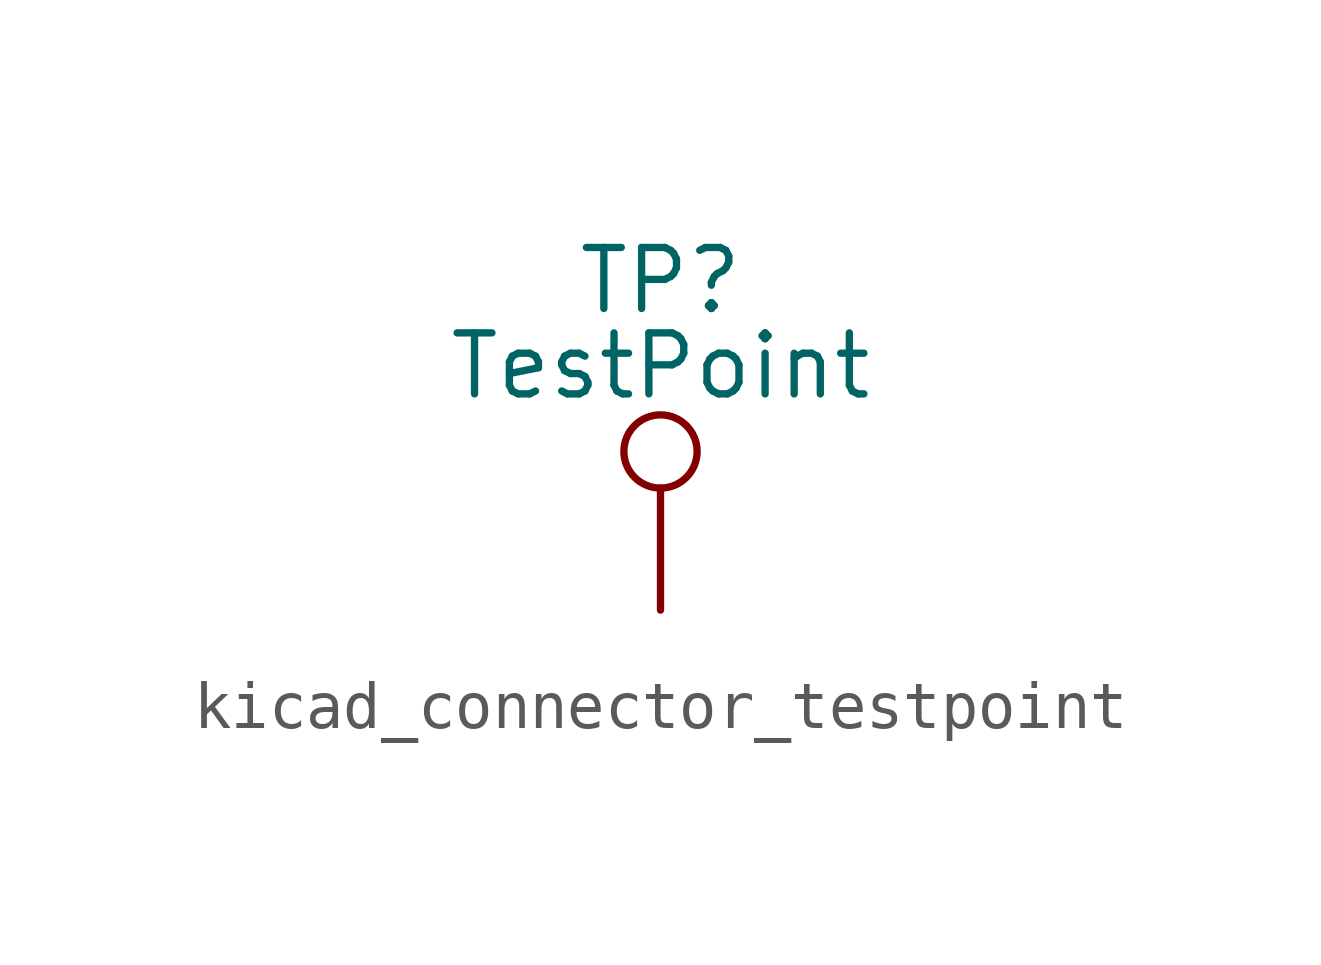
<source format=kicad_sym>
(kicad_symbol_lib
  (version 20220914)
  (generator kicad_symbol_editor)
  (symbol "kicad_connector_testpoint"
    (pin_numbers hide)
    (pin_names
      (offset 0.762) hide)
    (property "Reference" "TP"
      (at 0 6.858 0)
      (effects (font (size 1.27 1.27))))
    (property "Value" "TestPoint"
      (at 0 5.08 0)
      (effects (font (size 1.27 1.27))))
    (symbol "kicad_connector_testpoint_0_1"
      (circle (center 0 3.302) (radius 0.762) (stroke (width 0) (type default)) (fill (type none))))
    (symbol "kicad_connector_testpoint_1_1"
      (pin passive line (at 0 0 90) (length 2.54) (name "1" (effects (font (size 1.27 1.27)))) (number "1" (effects (font (size 1.27 1.27))))))))
</source>
